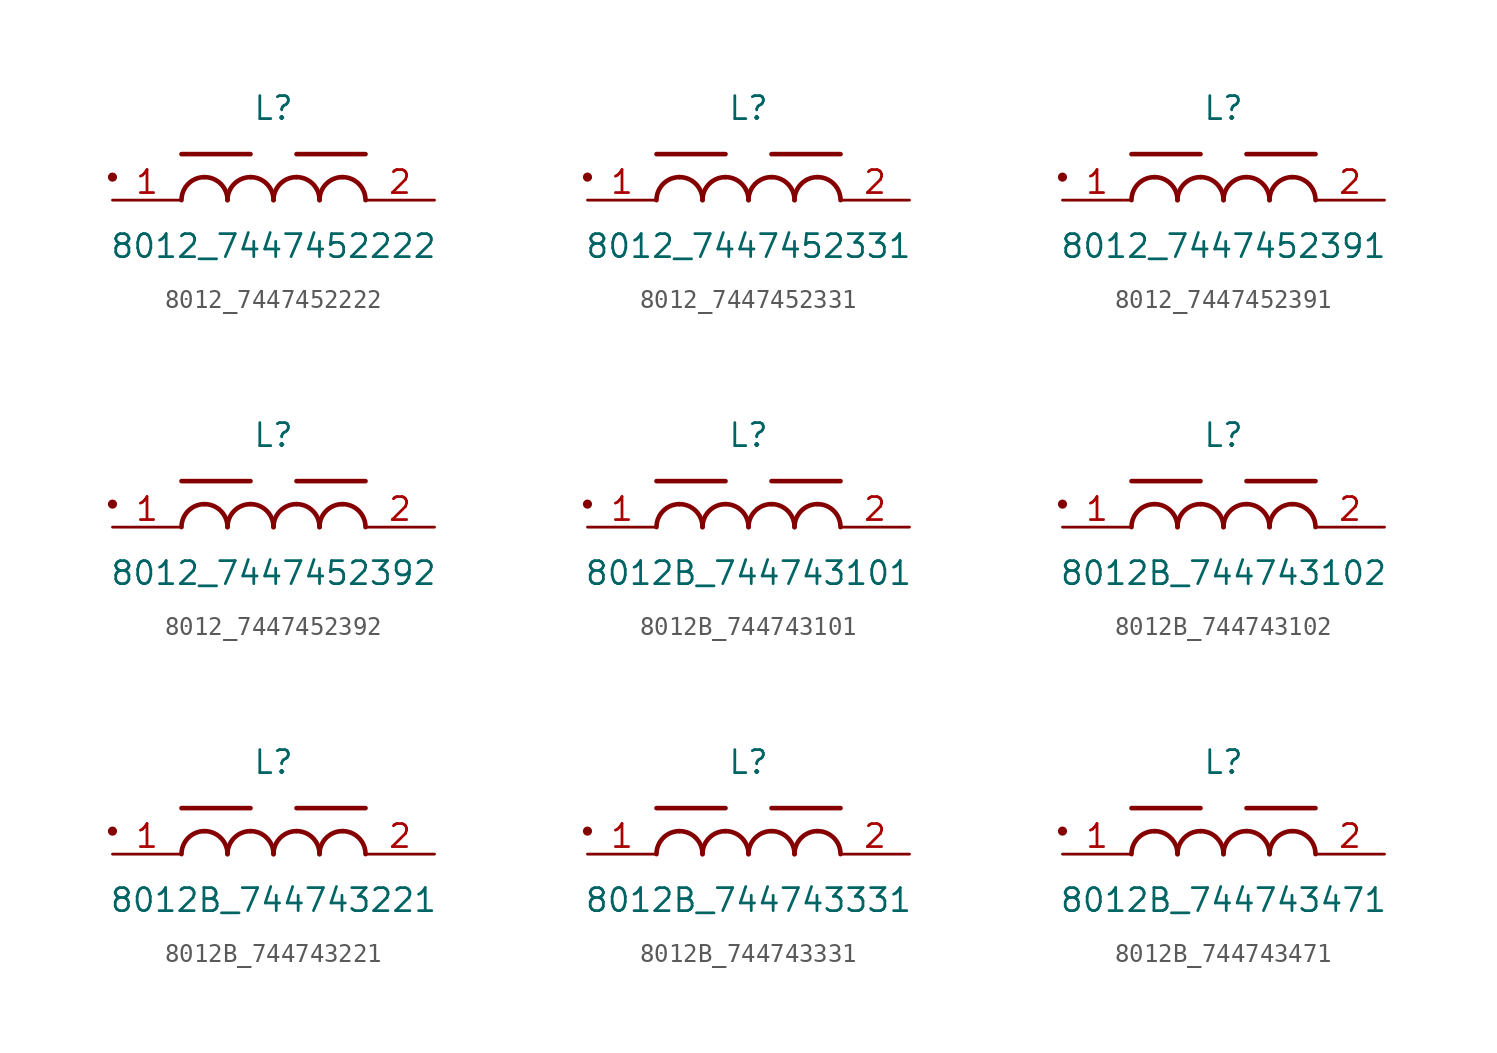
<source format=kicad_sym>
(kicad_symbol_lib
  (version 20211014)
  (generator kicad_symbol_editor)
  (symbol "Inductor_Wurth_WE-TI:8012_7447452222"
    (pin_names hide)
    (property "Reference" "L"
      (at 0 5.08 0)
      (effects (font (size 1.27 1.27))))
    (property "Value" "8012_7447452222"
      (at 0 -2.54 0)
      (effects (font (size 1.27 1.27))))
    (symbol "8012_7447452222_0_1"
      (circle (center -8.89 1.27) (radius 0.0001) (stroke (width 0.254)) (stroke (width 0.254) (type default) (color 0 0 0 0)) (fill (type none)))
      (arc (start -3.81 1.27) (mid -4.708 0.898) (end -5.08 0) (stroke (width 0.254) (type default) (color 0 0 0 0)) (fill (type none)))
      (arc (start -2.54 0) (mid -2.912 0.898) (end -3.81 1.27) (stroke (width 0.254) (type default) (color 0 0 0 0)) (fill (type none)))
      (arc (start -1.2699 1.2701) (mid -2.1679 0.8981) (end -2.5399 0.0001) (stroke (width 0.254) (type default) (color 0 0 0 0)) (fill (type none)))
      (polyline (pts (xy -5.08 2.54) (xy -1.27 2.54)) (stroke (width 0.254) (type default) (color 0 0 0 0)) (fill (type none)))
      (polyline (pts (xy 5.08 2.54) (xy 1.27 2.54)) (stroke (width 0.254) (type default) (color 0 0 0 0)) (fill (type none)))
      (arc (start 0.0001 0.0001) (mid -0.3719 0.8981) (end -1.2699 1.2701) (stroke (width 0.254) (type default) (color 0 0 0 0)) (fill (type none)))
      (arc (start 1.2701 1.2701) (mid 0.3721 0.8981) (end 0.0001 0.0001) (stroke (width 0.254) (type default) (color 0 0 0 0)) (fill (type none)))
      (arc (start 2.5401 0.0001) (mid 2.1681 0.8981) (end 1.2701 1.2701) (stroke (width 0.254) (type default) (color 0 0 0 0)) (fill (type none)))
      (arc (start 3.8101 1.2701) (mid 2.9121 0.8981) (end 2.5401 0.0001) (stroke (width 0.254) (type default) (color 0 0 0 0)) (fill (type none)))
      (arc (start 5.0801 0.0001) (mid 4.7081 0.8981) (end 3.8101 1.2701) (stroke (width 0.254) (type default) (color 0 0 0 0)) (fill (type none))))
    (symbol "8012_7447452222_1_1"
      (pin passive line (at -8.89 0 0) (length 3.81) (name "1" (effects (font (size 1.27 1.27)))) (number "1" (effects (font (size 1.27 1.27)))))
      (pin passive line (at 8.89 0 180) (length 3.81) (name "2" (effects (font (size 1.27 1.27)))) (number "2" (effects (font (size 1.27 1.27)))))))
  (symbol "Inductor_Wurth_WE-TI:8012_7447452331"
    (pin_names hide)
    (property "Reference" "L"
      (at 0 5.08 0)
      (effects (font (size 1.27 1.27))))
    (property "Value" "8012_7447452331"
      (at 0 -2.54 0)
      (effects (font (size 1.27 1.27))))
    (symbol "8012_7447452331_0_1"
      (circle (center -8.89 1.27) (radius 0.0001) (stroke (width 0.254)) (stroke (width 0.254) (type default) (color 0 0 0 0)) (fill (type none)))
      (arc (start -3.81 1.27) (mid -4.708 0.898) (end -5.08 0) (stroke (width 0.254) (type default) (color 0 0 0 0)) (fill (type none)))
      (arc (start -2.54 0) (mid -2.912 0.898) (end -3.81 1.27) (stroke (width 0.254) (type default) (color 0 0 0 0)) (fill (type none)))
      (arc (start -1.2699 1.2701) (mid -2.1679 0.8981) (end -2.5399 0.0001) (stroke (width 0.254) (type default) (color 0 0 0 0)) (fill (type none)))
      (polyline (pts (xy -5.08 2.54) (xy -1.27 2.54)) (stroke (width 0.254) (type default) (color 0 0 0 0)) (fill (type none)))
      (polyline (pts (xy 5.08 2.54) (xy 1.27 2.54)) (stroke (width 0.254) (type default) (color 0 0 0 0)) (fill (type none)))
      (arc (start 0.0001 0.0001) (mid -0.3719 0.8981) (end -1.2699 1.2701) (stroke (width 0.254) (type default) (color 0 0 0 0)) (fill (type none)))
      (arc (start 1.2701 1.2701) (mid 0.3721 0.8981) (end 0.0001 0.0001) (stroke (width 0.254) (type default) (color 0 0 0 0)) (fill (type none)))
      (arc (start 2.5401 0.0001) (mid 2.1681 0.8981) (end 1.2701 1.2701) (stroke (width 0.254) (type default) (color 0 0 0 0)) (fill (type none)))
      (arc (start 3.8101 1.2701) (mid 2.9121 0.8981) (end 2.5401 0.0001) (stroke (width 0.254) (type default) (color 0 0 0 0)) (fill (type none)))
      (arc (start 5.0801 0.0001) (mid 4.7081 0.8981) (end 3.8101 1.2701) (stroke (width 0.254) (type default) (color 0 0 0 0)) (fill (type none))))
    (symbol "8012_7447452331_1_1"
      (pin passive line (at -8.89 0 0) (length 3.81) (name "1" (effects (font (size 1.27 1.27)))) (number "1" (effects (font (size 1.27 1.27)))))
      (pin passive line (at 8.89 0 180) (length 3.81) (name "2" (effects (font (size 1.27 1.27)))) (number "2" (effects (font (size 1.27 1.27)))))))
  (symbol "Inductor_Wurth_WE-TI:8012_7447452391"
    (pin_names hide)
    (property "Reference" "L"
      (at 0 5.08 0)
      (effects (font (size 1.27 1.27))))
    (property "Value" "8012_7447452391"
      (at 0 -2.54 0)
      (effects (font (size 1.27 1.27))))
    (symbol "8012_7447452391_0_1"
      (circle (center -8.89 1.27) (radius 0.0001) (stroke (width 0.254)) (stroke (width 0.254) (type default) (color 0 0 0 0)) (fill (type none)))
      (arc (start -3.81 1.27) (mid -4.708 0.898) (end -5.08 0) (stroke (width 0.254) (type default) (color 0 0 0 0)) (fill (type none)))
      (arc (start -2.54 0) (mid -2.912 0.898) (end -3.81 1.27) (stroke (width 0.254) (type default) (color 0 0 0 0)) (fill (type none)))
      (arc (start -1.2699 1.2701) (mid -2.1679 0.8981) (end -2.5399 0.0001) (stroke (width 0.254) (type default) (color 0 0 0 0)) (fill (type none)))
      (polyline (pts (xy -5.08 2.54) (xy -1.27 2.54)) (stroke (width 0.254) (type default) (color 0 0 0 0)) (fill (type none)))
      (polyline (pts (xy 5.08 2.54) (xy 1.27 2.54)) (stroke (width 0.254) (type default) (color 0 0 0 0)) (fill (type none)))
      (arc (start 0.0001 0.0001) (mid -0.3719 0.8981) (end -1.2699 1.2701) (stroke (width 0.254) (type default) (color 0 0 0 0)) (fill (type none)))
      (arc (start 1.2701 1.2701) (mid 0.3721 0.8981) (end 0.0001 0.0001) (stroke (width 0.254) (type default) (color 0 0 0 0)) (fill (type none)))
      (arc (start 2.5401 0.0001) (mid 2.1681 0.8981) (end 1.2701 1.2701) (stroke (width 0.254) (type default) (color 0 0 0 0)) (fill (type none)))
      (arc (start 3.8101 1.2701) (mid 2.9121 0.8981) (end 2.5401 0.0001) (stroke (width 0.254) (type default) (color 0 0 0 0)) (fill (type none)))
      (arc (start 5.0801 0.0001) (mid 4.7081 0.8981) (end 3.8101 1.2701) (stroke (width 0.254) (type default) (color 0 0 0 0)) (fill (type none))))
    (symbol "8012_7447452391_1_1"
      (pin passive line (at -8.89 0 0) (length 3.81) (name "1" (effects (font (size 1.27 1.27)))) (number "1" (effects (font (size 1.27 1.27)))))
      (pin passive line (at 8.89 0 180) (length 3.81) (name "2" (effects (font (size 1.27 1.27)))) (number "2" (effects (font (size 1.27 1.27)))))))
  (symbol "Inductor_Wurth_WE-TI:8012_7447452392"
    (pin_names hide)
    (property "Reference" "L"
      (at 0 5.08 0)
      (effects (font (size 1.27 1.27))))
    (property "Value" "8012_7447452392"
      (at 0 -2.54 0)
      (effects (font (size 1.27 1.27))))
    (symbol "8012_7447452392_0_1"
      (circle (center -8.89 1.27) (radius 0.0001) (stroke (width 0.254)) (stroke (width 0.254) (type default) (color 0 0 0 0)) (fill (type none)))
      (arc (start -3.81 1.27) (mid -4.708 0.898) (end -5.08 0) (stroke (width 0.254) (type default) (color 0 0 0 0)) (fill (type none)))
      (arc (start -2.54 0) (mid -2.912 0.898) (end -3.81 1.27) (stroke (width 0.254) (type default) (color 0 0 0 0)) (fill (type none)))
      (arc (start -1.2699 1.2701) (mid -2.1679 0.8981) (end -2.5399 0.0001) (stroke (width 0.254) (type default) (color 0 0 0 0)) (fill (type none)))
      (polyline (pts (xy -5.08 2.54) (xy -1.27 2.54)) (stroke (width 0.254) (type default) (color 0 0 0 0)) (fill (type none)))
      (polyline (pts (xy 5.08 2.54) (xy 1.27 2.54)) (stroke (width 0.254) (type default) (color 0 0 0 0)) (fill (type none)))
      (arc (start 0.0001 0.0001) (mid -0.3719 0.8981) (end -1.2699 1.2701) (stroke (width 0.254) (type default) (color 0 0 0 0)) (fill (type none)))
      (arc (start 1.2701 1.2701) (mid 0.3721 0.8981) (end 0.0001 0.0001) (stroke (width 0.254) (type default) (color 0 0 0 0)) (fill (type none)))
      (arc (start 2.5401 0.0001) (mid 2.1681 0.8981) (end 1.2701 1.2701) (stroke (width 0.254) (type default) (color 0 0 0 0)) (fill (type none)))
      (arc (start 3.8101 1.2701) (mid 2.9121 0.8981) (end 2.5401 0.0001) (stroke (width 0.254) (type default) (color 0 0 0 0)) (fill (type none)))
      (arc (start 5.0801 0.0001) (mid 4.7081 0.8981) (end 3.8101 1.2701) (stroke (width 0.254) (type default) (color 0 0 0 0)) (fill (type none))))
    (symbol "8012_7447452392_1_1"
      (pin passive line (at -8.89 0 0) (length 3.81) (name "1" (effects (font (size 1.27 1.27)))) (number "1" (effects (font (size 1.27 1.27)))))
      (pin passive line (at 8.89 0 180) (length 3.81) (name "2" (effects (font (size 1.27 1.27)))) (number "2" (effects (font (size 1.27 1.27)))))))
  (symbol "Inductor_Wurth_WE-TI:8012B_744743101"
    (pin_names hide)
    (property "Reference" "L"
      (at 0 5.08 0)
      (effects (font (size 1.27 1.27))))
    (property "Value" "8012B_744743101"
      (at 0 -2.54 0)
      (effects (font (size 1.27 1.27))))
    (symbol "8012B_744743101_0_1"
      (circle (center -8.89 1.27) (radius 0.0001) (stroke (width 0.254)) (stroke (width 0.254) (type default) (color 0 0 0 0)) (fill (type none)))
      (arc (start -3.81 1.27) (mid -4.708 0.898) (end -5.08 0) (stroke (width 0.254) (type default) (color 0 0 0 0)) (fill (type none)))
      (arc (start -2.54 0) (mid -2.912 0.898) (end -3.81 1.27) (stroke (width 0.254) (type default) (color 0 0 0 0)) (fill (type none)))
      (arc (start -1.2699 1.2701) (mid -2.1679 0.8981) (end -2.5399 0.0001) (stroke (width 0.254) (type default) (color 0 0 0 0)) (fill (type none)))
      (polyline (pts (xy -5.08 2.54) (xy -1.27 2.54)) (stroke (width 0.254) (type default) (color 0 0 0 0)) (fill (type none)))
      (polyline (pts (xy 5.08 2.54) (xy 1.27 2.54)) (stroke (width 0.254) (type default) (color 0 0 0 0)) (fill (type none)))
      (arc (start 0.0001 0.0001) (mid -0.3719 0.8981) (end -1.2699 1.2701) (stroke (width 0.254) (type default) (color 0 0 0 0)) (fill (type none)))
      (arc (start 1.2701 1.2701) (mid 0.3721 0.8981) (end 0.0001 0.0001) (stroke (width 0.254) (type default) (color 0 0 0 0)) (fill (type none)))
      (arc (start 2.5401 0.0001) (mid 2.1681 0.8981) (end 1.2701 1.2701) (stroke (width 0.254) (type default) (color 0 0 0 0)) (fill (type none)))
      (arc (start 3.8101 1.2701) (mid 2.9121 0.8981) (end 2.5401 0.0001) (stroke (width 0.254) (type default) (color 0 0 0 0)) (fill (type none)))
      (arc (start 5.0801 0.0001) (mid 4.7081 0.8981) (end 3.8101 1.2701) (stroke (width 0.254) (type default) (color 0 0 0 0)) (fill (type none))))
    (symbol "8012B_744743101_1_1"
      (pin passive line (at -8.89 0 0) (length 3.81) (name "1" (effects (font (size 1.27 1.27)))) (number "1" (effects (font (size 1.27 1.27)))))
      (pin passive line (at 8.89 0 180) (length 3.81) (name "2" (effects (font (size 1.27 1.27)))) (number "2" (effects (font (size 1.27 1.27)))))))
  (symbol "Inductor_Wurth_WE-TI:8012B_744743102"
    (pin_names hide)
    (property "Reference" "L"
      (at 0 5.08 0)
      (effects (font (size 1.27 1.27))))
    (property "Value" "8012B_744743102"
      (at 0 -2.54 0)
      (effects (font (size 1.27 1.27))))
    (symbol "8012B_744743102_0_1"
      (circle (center -8.89 1.27) (radius 0.0001) (stroke (width 0.254)) (stroke (width 0.254) (type default) (color 0 0 0 0)) (fill (type none)))
      (arc (start -3.81 1.27) (mid -4.708 0.898) (end -5.08 0) (stroke (width 0.254) (type default) (color 0 0 0 0)) (fill (type none)))
      (arc (start -2.54 0) (mid -2.912 0.898) (end -3.81 1.27) (stroke (width 0.254) (type default) (color 0 0 0 0)) (fill (type none)))
      (arc (start -1.2699 1.2701) (mid -2.1679 0.8981) (end -2.5399 0.0001) (stroke (width 0.254) (type default) (color 0 0 0 0)) (fill (type none)))
      (polyline (pts (xy -5.08 2.54) (xy -1.27 2.54)) (stroke (width 0.254) (type default) (color 0 0 0 0)) (fill (type none)))
      (polyline (pts (xy 5.08 2.54) (xy 1.27 2.54)) (stroke (width 0.254) (type default) (color 0 0 0 0)) (fill (type none)))
      (arc (start 0.0001 0.0001) (mid -0.3719 0.8981) (end -1.2699 1.2701) (stroke (width 0.254) (type default) (color 0 0 0 0)) (fill (type none)))
      (arc (start 1.2701 1.2701) (mid 0.3721 0.8981) (end 0.0001 0.0001) (stroke (width 0.254) (type default) (color 0 0 0 0)) (fill (type none)))
      (arc (start 2.5401 0.0001) (mid 2.1681 0.8981) (end 1.2701 1.2701) (stroke (width 0.254) (type default) (color 0 0 0 0)) (fill (type none)))
      (arc (start 3.8101 1.2701) (mid 2.9121 0.8981) (end 2.5401 0.0001) (stroke (width 0.254) (type default) (color 0 0 0 0)) (fill (type none)))
      (arc (start 5.0801 0.0001) (mid 4.7081 0.8981) (end 3.8101 1.2701) (stroke (width 0.254) (type default) (color 0 0 0 0)) (fill (type none))))
    (symbol "8012B_744743102_1_1"
      (pin passive line (at -8.89 0 0) (length 3.81) (name "1" (effects (font (size 1.27 1.27)))) (number "1" (effects (font (size 1.27 1.27)))))
      (pin passive line (at 8.89 0 180) (length 3.81) (name "2" (effects (font (size 1.27 1.27)))) (number "2" (effects (font (size 1.27 1.27)))))))
  (symbol "Inductor_Wurth_WE-TI:8012B_744743221"
    (pin_names hide)
    (property "Reference" "L"
      (at 0 5.08 0)
      (effects (font (size 1.27 1.27))))
    (property "Value" "8012B_744743221"
      (at 0 -2.54 0)
      (effects (font (size 1.27 1.27))))
    (symbol "8012B_744743221_0_1"
      (circle (center -8.89 1.27) (radius 0.0001) (stroke (width 0.254)) (stroke (width 0.254) (type default) (color 0 0 0 0)) (fill (type none)))
      (arc (start -3.81 1.27) (mid -4.708 0.898) (end -5.08 0) (stroke (width 0.254) (type default) (color 0 0 0 0)) (fill (type none)))
      (arc (start -2.54 0) (mid -2.912 0.898) (end -3.81 1.27) (stroke (width 0.254) (type default) (color 0 0 0 0)) (fill (type none)))
      (arc (start -1.2699 1.2701) (mid -2.1679 0.8981) (end -2.5399 0.0001) (stroke (width 0.254) (type default) (color 0 0 0 0)) (fill (type none)))
      (polyline (pts (xy -5.08 2.54) (xy -1.27 2.54)) (stroke (width 0.254) (type default) (color 0 0 0 0)) (fill (type none)))
      (polyline (pts (xy 5.08 2.54) (xy 1.27 2.54)) (stroke (width 0.254) (type default) (color 0 0 0 0)) (fill (type none)))
      (arc (start 0.0001 0.0001) (mid -0.3719 0.8981) (end -1.2699 1.2701) (stroke (width 0.254) (type default) (color 0 0 0 0)) (fill (type none)))
      (arc (start 1.2701 1.2701) (mid 0.3721 0.8981) (end 0.0001 0.0001) (stroke (width 0.254) (type default) (color 0 0 0 0)) (fill (type none)))
      (arc (start 2.5401 0.0001) (mid 2.1681 0.8981) (end 1.2701 1.2701) (stroke (width 0.254) (type default) (color 0 0 0 0)) (fill (type none)))
      (arc (start 3.8101 1.2701) (mid 2.9121 0.8981) (end 2.5401 0.0001) (stroke (width 0.254) (type default) (color 0 0 0 0)) (fill (type none)))
      (arc (start 5.0801 0.0001) (mid 4.7081 0.8981) (end 3.8101 1.2701) (stroke (width 0.254) (type default) (color 0 0 0 0)) (fill (type none))))
    (symbol "8012B_744743221_1_1"
      (pin passive line (at -8.89 0 0) (length 3.81) (name "1" (effects (font (size 1.27 1.27)))) (number "1" (effects (font (size 1.27 1.27)))))
      (pin passive line (at 8.89 0 180) (length 3.81) (name "2" (effects (font (size 1.27 1.27)))) (number "2" (effects (font (size 1.27 1.27)))))))
  (symbol "Inductor_Wurth_WE-TI:8012B_744743331"
    (pin_names hide)
    (property "Reference" "L"
      (at 0 5.08 0)
      (effects (font (size 1.27 1.27))))
    (property "Value" "8012B_744743331"
      (at 0 -2.54 0)
      (effects (font (size 1.27 1.27))))
    (symbol "8012B_744743331_0_1"
      (circle (center -8.89 1.27) (radius 0.0001) (stroke (width 0.254)) (stroke (width 0.254) (type default) (color 0 0 0 0)) (fill (type none)))
      (arc (start -3.81 1.27) (mid -4.708 0.898) (end -5.08 0) (stroke (width 0.254) (type default) (color 0 0 0 0)) (fill (type none)))
      (arc (start -2.54 0) (mid -2.912 0.898) (end -3.81 1.27) (stroke (width 0.254) (type default) (color 0 0 0 0)) (fill (type none)))
      (arc (start -1.2699 1.2701) (mid -2.1679 0.8981) (end -2.5399 0.0001) (stroke (width 0.254) (type default) (color 0 0 0 0)) (fill (type none)))
      (polyline (pts (xy -5.08 2.54) (xy -1.27 2.54)) (stroke (width 0.254) (type default) (color 0 0 0 0)) (fill (type none)))
      (polyline (pts (xy 5.08 2.54) (xy 1.27 2.54)) (stroke (width 0.254) (type default) (color 0 0 0 0)) (fill (type none)))
      (arc (start 0.0001 0.0001) (mid -0.3719 0.8981) (end -1.2699 1.2701) (stroke (width 0.254) (type default) (color 0 0 0 0)) (fill (type none)))
      (arc (start 1.2701 1.2701) (mid 0.3721 0.8981) (end 0.0001 0.0001) (stroke (width 0.254) (type default) (color 0 0 0 0)) (fill (type none)))
      (arc (start 2.5401 0.0001) (mid 2.1681 0.8981) (end 1.2701 1.2701) (stroke (width 0.254) (type default) (color 0 0 0 0)) (fill (type none)))
      (arc (start 3.8101 1.2701) (mid 2.9121 0.8981) (end 2.5401 0.0001) (stroke (width 0.254) (type default) (color 0 0 0 0)) (fill (type none)))
      (arc (start 5.0801 0.0001) (mid 4.7081 0.8981) (end 3.8101 1.2701) (stroke (width 0.254) (type default) (color 0 0 0 0)) (fill (type none))))
    (symbol "8012B_744743331_1_1"
      (pin passive line (at -8.89 0 0) (length 3.81) (name "1" (effects (font (size 1.27 1.27)))) (number "1" (effects (font (size 1.27 1.27)))))
      (pin passive line (at 8.89 0 180) (length 3.81) (name "2" (effects (font (size 1.27 1.27)))) (number "2" (effects (font (size 1.27 1.27)))))))
  (symbol "Inductor_Wurth_WE-TI:8012B_744743471"
    (pin_names hide)
    (property "Reference" "L"
      (at 0 5.08 0)
      (effects (font (size 1.27 1.27))))
    (property "Value" "8012B_744743471"
      (at 0 -2.54 0)
      (effects (font (size 1.27 1.27))))
    (symbol "8012B_744743471_0_1"
      (circle (center -8.89 1.27) (radius 0.0001) (stroke (width 0.254)) (stroke (width 0.254) (type default) (color 0 0 0 0)) (fill (type none)))
      (arc (start -3.81 1.27) (mid -4.708 0.898) (end -5.08 0) (stroke (width 0.254) (type default) (color 0 0 0 0)) (fill (type none)))
      (arc (start -2.54 0) (mid -2.912 0.898) (end -3.81 1.27) (stroke (width 0.254) (type default) (color 0 0 0 0)) (fill (type none)))
      (arc (start -1.2699 1.2701) (mid -2.1679 0.8981) (end -2.5399 0.0001) (stroke (width 0.254) (type default) (color 0 0 0 0)) (fill (type none)))
      (polyline (pts (xy -5.08 2.54) (xy -1.27 2.54)) (stroke (width 0.254) (type default) (color 0 0 0 0)) (fill (type none)))
      (polyline (pts (xy 5.08 2.54) (xy 1.27 2.54)) (stroke (width 0.254) (type default) (color 0 0 0 0)) (fill (type none)))
      (arc (start 0.0001 0.0001) (mid -0.3719 0.8981) (end -1.2699 1.2701) (stroke (width 0.254) (type default) (color 0 0 0 0)) (fill (type none)))
      (arc (start 1.2701 1.2701) (mid 0.3721 0.8981) (end 0.0001 0.0001) (stroke (width 0.254) (type default) (color 0 0 0 0)) (fill (type none)))
      (arc (start 2.5401 0.0001) (mid 2.1681 0.8981) (end 1.2701 1.2701) (stroke (width 0.254) (type default) (color 0 0 0 0)) (fill (type none)))
      (arc (start 3.8101 1.2701) (mid 2.9121 0.8981) (end 2.5401 0.0001) (stroke (width 0.254) (type default) (color 0 0 0 0)) (fill (type none)))
      (arc (start 5.0801 0.0001) (mid 4.7081 0.8981) (end 3.8101 1.2701) (stroke (width 0.254) (type default) (color 0 0 0 0)) (fill (type none))))
    (symbol "8012B_744743471_1_1"
      (pin passive line (at -8.89 0 0) (length 3.81) (name "1" (effects (font (size 1.27 1.27)))) (number "1" (effects (font (size 1.27 1.27)))))
      (pin passive line (at 8.89 0 180) (length 3.81) (name "2" (effects (font (size 1.27 1.27)))) (number "2" (effects (font (size 1.27 1.27))))))))
</source>
